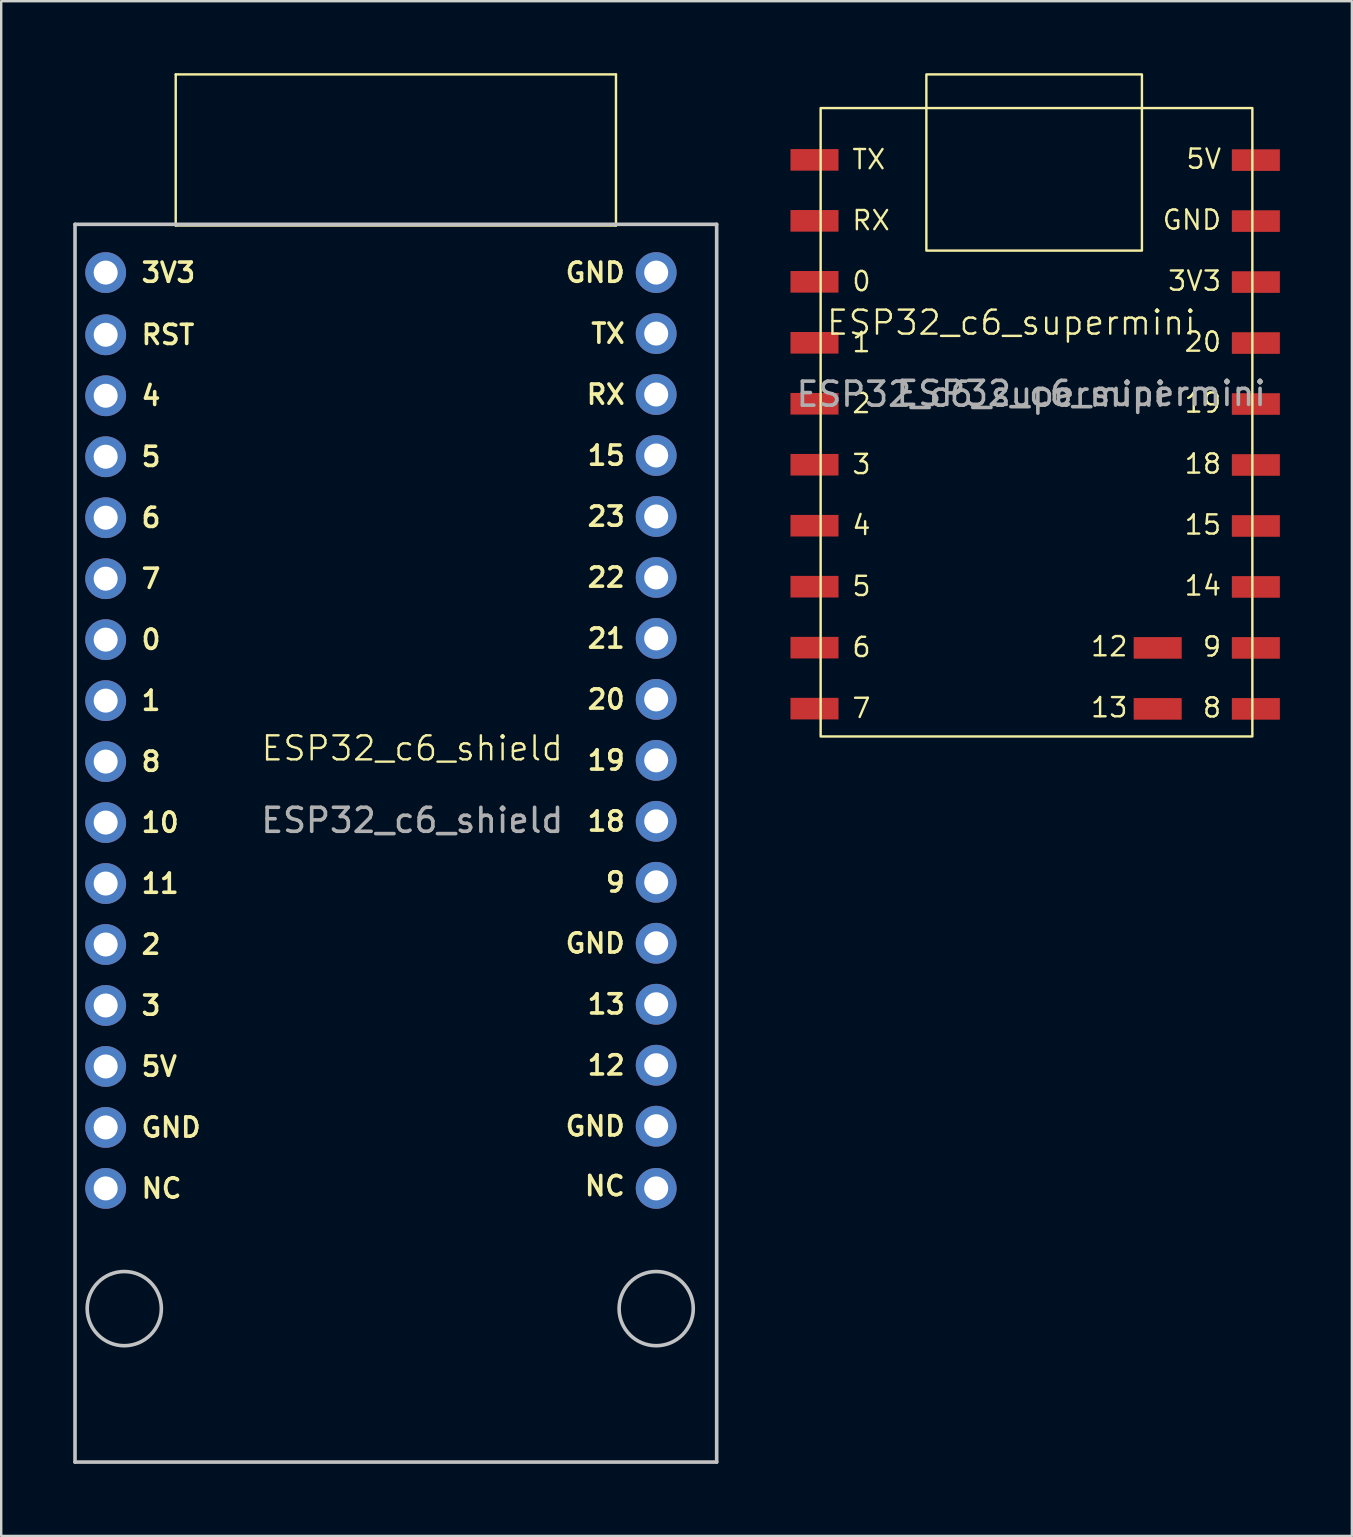
<source format=kicad_pcb>
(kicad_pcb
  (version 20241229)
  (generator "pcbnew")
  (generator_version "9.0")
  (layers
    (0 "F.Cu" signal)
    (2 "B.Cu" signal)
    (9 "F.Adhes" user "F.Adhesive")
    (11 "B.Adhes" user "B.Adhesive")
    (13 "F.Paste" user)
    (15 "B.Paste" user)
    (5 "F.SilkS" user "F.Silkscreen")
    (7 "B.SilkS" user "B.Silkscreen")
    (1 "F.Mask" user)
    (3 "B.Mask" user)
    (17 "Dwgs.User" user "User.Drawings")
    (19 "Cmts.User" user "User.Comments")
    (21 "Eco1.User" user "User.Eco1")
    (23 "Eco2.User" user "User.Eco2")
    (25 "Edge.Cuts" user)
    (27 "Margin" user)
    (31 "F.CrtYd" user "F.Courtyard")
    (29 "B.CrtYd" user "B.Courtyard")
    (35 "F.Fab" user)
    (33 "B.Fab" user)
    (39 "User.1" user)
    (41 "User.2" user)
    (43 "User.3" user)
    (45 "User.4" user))
  (footprint "ESP32_c6_shield"
    (layer "F.Cu")
    (at 14.125 28.625)
    (property "Reference" "ESP32_c6_shield" (at 0 -0.5 0) (unlocked yes) (layer "F.SilkS") (effects (font (size 1 1) (thickness 0.1))))
    (attr through_hole)
    (fp_line (start -9.855 -28.575) (end 8.485 -28.575) (stroke (width 0.1) (type default)) (layer "F.SilkS"))
    (fp_line (start -9.855 -22.28) (end -9.855 -28.575) (stroke (width 0.1) (type default)) (layer "F.SilkS"))
    (fp_line (start 8.485 -28.575) (end 8.485 -22.28) (stroke (width 0.1) (type default)) (layer "F.SilkS"))
    (fp_line (start 8.485 -22.28) (end -9.855 -22.28) (stroke (width 0.1) (type default)) (layer "F.SilkS"))
    (fp_line (start -14.05 -22.33) (end -14.05 29.232) (stroke (width 0.15) (type solid)) (layer "Dwgs.User"))
    (fp_line (start -14.05 -22.33) (end 12.68 -22.33) (stroke (width 0.15) (type solid)) (layer "Dwgs.User"))
    (fp_line (start -14.05 29.232) (end 12.68 29.232) (stroke (width 0.15) (type solid)) (layer "Dwgs.User"))
    (fp_line (start 12.68 -22.33) (end 12.68 29.232) (stroke (width 0.15) (type solid)) (layer "Dwgs.User"))
    (fp_circle (center -11.998 22.839) (end -10.453 22.839) (stroke (width 0.15) (type solid)) (fill no) (layer "Dwgs.User"))
    (fp_circle (center 10.16 22.839) (end 11.705 22.839) (stroke (width 0.15) (type solid)) (fill no) (layer "Dwgs.User"))
    (fp_text user "RST" (at -10.179 -17.729 0) (layer "F.SilkS") (effects (font (size 0.8 0.8) (thickness 0.15))))
    (fp_text user "4" (at -10.884 -15.189 0) (layer "F.SilkS") (effects (font (size 0.8 0.8) (thickness 0.15))))
    (fp_text user "19" (at 8.077 0 0) (layer "F.SilkS") (effects (font (size 0.8 0.8) (thickness 0.15))))
    (fp_text user "5V" (at -10.541 12.751 0) (layer "F.SilkS") (effects (font (size 0.8 0.8) (thickness 0.15))))
    (fp_text user "RX" (at 8.058 -15.24 0) (layer "F.SilkS") (effects (font (size 0.8 0.8) (thickness 0.15))))
    (fp_text user "5" (at -10.884 -12.649 0) (layer "F.SilkS") (effects (font (size 0.8 0.8) (thickness 0.15))))
    (fp_text user "GND" (at -10.046 15.291 0) (layer "F.SilkS") (effects (font (size 0.8 0.8) (thickness 0.15))))
    (fp_text user "22" (at 8.077 -7.62 0) (layer "F.SilkS") (effects (font (size 0.8 0.8) (thickness 0.15))))
    (fp_text user "TX" (at 8.153 -17.78 0) (layer "F.SilkS") (effects (font (size 0.8 0.8) (thickness 0.15))))
    (fp_text user "15" (at 8.077 -12.7 0) (layer "F.SilkS") (effects (font (size 0.8 0.8) (thickness 0.15))))
    (fp_text user "23" (at 8.077 -10.16 0) (layer "F.SilkS") (effects (font (size 0.8 0.8) (thickness 0.15))))
    (fp_text user "2" (at -10.884 7.671 0) (layer "F.SilkS") (effects (font (size 0.8 0.8) (thickness 0.15))))
    (fp_text user "GND" (at 7.62 7.62 0) (layer "F.SilkS") (effects (font (size 0.8 0.8) (thickness 0.15))))
    (fp_text user "10" (at -10.503 2.591 0) (layer "F.SilkS") (effects (font (size 0.8 0.8) (thickness 0.15))))
    (fp_text user "21" (at 8.077 -5.08 0) (layer "F.SilkS") (effects (font (size 0.8 0.8) (thickness 0.15))))
    (fp_text user "NC" (at -10.446 17.831 0) (layer "F.SilkS") (effects (font (size 0.8 0.8) (thickness 0.15))))
    (fp_text user "GND" (at 7.62 -20.32 0) (layer "F.SilkS") (effects (font (size 0.8 0.8) (thickness 0.15))))
    (fp_text user "12" (at 8.077 12.7 0) (layer "F.SilkS") (effects (font (size 0.8 0.8) (thickness 0.15))))
    (fp_text user "3" (at -10.884 10.211 0) (layer "F.SilkS") (effects (font (size 0.8 0.8) (thickness 0.15))))
    (fp_text user "8" (at -10.884 0.051 0) (layer "F.SilkS") (effects (font (size 0.8 0.8) (thickness 0.15))))
    (fp_text user "11" (at -10.503 5.131 0) (layer "F.SilkS") (effects (font (size 0.8 0.8) (thickness 0.15))))
    (fp_text user "3V3" (at -10.16 -20.32 0) (layer "F.SilkS") (effects (font (size 0.8 0.8) (thickness 0.15))))
    (fp_text user "9" (at 8.458 5.08 0) (layer "F.SilkS") (effects (font (size 0.8 0.8) (thickness 0.15))))
    (fp_text user "20" (at 8.077 -2.54 0) (layer "F.SilkS") (effects (font (size 0.8 0.8) (thickness 0.15))))
    (fp_text user "GND" (at 7.62 15.24 0) (layer "F.SilkS") (effects (font (size 0.8 0.8) (thickness 0.15))))
    (fp_text user "6" (at -10.884 -10.109 0) (layer "F.SilkS") (effects (font (size 0.8 0.8) (thickness 0.15))))
    (fp_text user "7" (at -10.884 -7.569 0) (layer "F.SilkS") (effects (font (size 0.8 0.8) (thickness 0.15))))
    (fp_text user "NC" (at 8.02 17.729 0) (layer "F.SilkS") (effects (font (size 0.8 0.8) (thickness 0.15))))
    (fp_text user "1" (at -10.884 -2.489 0) (layer "F.SilkS") (effects (font (size 0.8 0.8) (thickness 0.15))))
    (fp_text user "18" (at 8.077 2.54 0) (layer "F.SilkS") (effects (font (size 0.8 0.8) (thickness 0.15))))
    (fp_text user "13" (at 8.077 10.16 0) (layer "F.SilkS") (effects (font (size 0.8 0.8) (thickness 0.15))))
    (fp_text user "0" (at -10.884 -5.029 0) (layer "F.SilkS") (effects (font (size 0.8 0.8) (thickness 0.15))))
    (fp_text user "${REFERENCE}" (at 0 2.5 0) (unlocked yes) (layer "F.Fab") (effects (font (size 1 1) (thickness 0.15))))
    (pad "1" thru_hole circle (at -12.773 -20.32) (size 1.7 1.7) (drill 1) (layers "*.Cu" "*.Mask"))
    (pad "2" thru_hole circle (at -12.773 -17.729) (size 1.7 1.7) (drill 1) (layers "*.Cu" "*.Mask"))
    (pad "3" thru_hole circle (at -12.773 -15.189) (size 1.7 1.7) (drill 1) (layers "*.Cu" "*.Mask"))
    (pad "4" thru_hole circle (at -12.773 -12.649) (size 1.7 1.7) (drill 1) (layers "*.Cu" "*.Mask"))
    (pad "5" thru_hole circle (at -12.773 -10.109) (size 1.7 1.7) (drill 1) (layers "*.Cu" "*.Mask"))
    (pad "6" thru_hole circle (at -12.773 -7.569) (size 1.7 1.7) (drill 1) (layers "*.Cu" "*.Mask"))
    (pad "7" thru_hole circle (at -12.773 -5.029) (size 1.7 1.7) (drill 1) (layers "*.Cu" "*.Mask"))
    (pad "8" thru_hole circle (at -12.773 -2.489) (size 1.7 1.7) (drill 1) (layers "*.Cu" "*.Mask"))
    (pad "9" thru_hole circle (at -12.773 0.051) (size 1.7 1.7) (drill 1) (layers "*.Cu" "*.Mask"))
    (pad "10" thru_hole circle (at -12.773 2.591) (size 1.7 1.7) (drill 1) (layers "*.Cu" "*.Mask"))
    (pad "11" thru_hole circle (at -12.773 5.131) (size 1.7 1.7) (drill 1) (layers "*.Cu" "*.Mask"))
    (pad "12" thru_hole circle (at -12.773 7.671) (size 1.7 1.7) (drill 1) (layers "*.Cu" "*.Mask"))
    (pad "13" thru_hole circle (at -12.773 10.211) (size 1.7 1.7) (drill 1) (layers "*.Cu" "*.Mask"))
    (pad "14" thru_hole circle (at -12.773 12.751) (size 1.7 1.7) (drill 1) (layers "*.Cu" "*.Mask"))
    (pad "15" thru_hole circle (at -12.773 15.291) (size 1.7 1.7) (drill 1) (layers "*.Cu" "*.Mask"))
    (pad "16" thru_hole circle (at -12.773 17.831) (size 1.7 1.7) (drill 1) (layers "*.Cu" "*.Mask"))
    (pad "17" thru_hole circle (at 10.16 -20.32) (size 1.7 1.7) (drill 1) (layers "*.Cu" "*.Mask"))
    (pad "18" thru_hole circle (at 10.16 -17.78) (size 1.7 1.7) (drill 1) (layers "*.Cu" "*.Mask"))
    (pad "19" thru_hole circle (at 10.16 -15.24) (size 1.7 1.7) (drill 1) (layers "*.Cu" "*.Mask"))
    (pad "20" thru_hole circle (at 10.16 -12.7) (size 1.7 1.7) (drill 1) (layers "*.Cu" "*.Mask"))
    (pad "21" thru_hole circle (at 10.16 -10.16) (size 1.7 1.7) (drill 1) (layers "*.Cu" "*.Mask"))
    (pad "22" thru_hole oval (at 10.16 -7.62) (size 1.7 1.7) (drill 1) (layers "*.Cu" "*.Mask"))
    (pad "23" thru_hole circle (at 10.16 -5.08) (size 1.7 1.7) (drill 1) (layers "*.Cu" "*.Mask"))
    (pad "24" thru_hole circle (at 10.16 -2.54) (size 1.7 1.7) (drill 1) (layers "*.Cu" "*.Mask"))
    (pad "25" thru_hole circle (at 10.16 0) (size 1.7 1.7) (drill 1) (layers "*.Cu" "*.Mask"))
    (pad "26" thru_hole circle (at 10.16 2.54) (size 1.7 1.7) (drill 1) (layers "*.Cu" "*.Mask"))
    (pad "27" thru_hole circle (at 10.16 5.08) (size 1.7 1.7) (drill 1) (layers "*.Cu" "*.Mask"))
    (pad "28" thru_hole circle (at 10.16 7.62) (size 1.7 1.7) (drill 1) (layers "*.Cu" "*.Mask"))
    (pad "29" thru_hole circle (at 10.16 10.16) (size 1.7 1.7) (drill 1) (layers "*.Cu" "*.Mask"))
    (pad "30" thru_hole circle (at 10.16 12.7) (size 1.7 1.7) (drill 1) (layers "*.Cu" "*.Mask"))
    (pad "31" thru_hole circle (at 10.16 15.24) (size 1.7 1.7) (drill 1) (layers "*.Cu" "*.Mask"))
    (pad "32" thru_hole circle (at 10.16 17.831) (size 1.7 1.7) (drill 1) (layers "*.Cu" "*.Mask")))
  (footprint "ESP32_c6_supermini"
    (layer "F.Cu")
    (at 41.77 10.85)
    (property "Reference" "ESP32_c6_supermini" (at -2.69 -0.46 0) (unlocked yes) (layer "F.SilkS") (effects (font (size 1 1) (thickness 0.1))))
    (attr through_hole)
    (fp_rect (start -10.634 -9.398) (end 7.35 16.78) (stroke (width 0.1) (type default)) (fill no) (layer "F.SilkS"))
    (fp_rect (start -6.23 -10.8) (end 2.75 -3.46) (stroke (width 0.1) (type default)) (fill no) (layer "F.SilkS"))
    (fp_text user "13" (at 0.56 16.04 0) (unlocked yes) (layer "F.SilkS") (effects (font (size 0.8 0.8) (thickness 0.1)) (justify left bottom)))
    (fp_text user "RX" (at -9.38 -4.25 0) (unlocked yes) (layer "F.SilkS") (effects (font (size 0.8 0.8) (thickness 0.1)) (justify left bottom)))
    (fp_text user "7" (at -9.38 16.07 0) (unlocked yes) (layer "F.SilkS") (effects (font (size 0.8 0.8) (thickness 0.1)) (justify left bottom)))
    (fp_text user "2" (at -9.38 3.37 0) (unlocked yes) (layer "F.SilkS") (effects (font (size 0.8 0.8) (thickness 0.1)) (justify left bottom)))
    (fp_text user "20" (at 4.46 0.81 0) (unlocked yes) (layer "F.SilkS") (effects (font (size 0.8 0.8) (thickness 0.1)) (justify left bottom)))
    (fp_text user "1" (at -9.38 0.83 0) (unlocked yes) (layer "F.SilkS") (effects (font (size 0.8 0.8) (thickness 0.1)) (justify left bottom)))
    (fp_text user "9" (at 5.222 13.51 0) (unlocked yes) (layer "F.SilkS") (effects (font (size 0.8 0.8) (thickness 0.1)) (justify left bottom)))
    (fp_text user "12" (at 0.56 13.5 0) (unlocked yes) (layer "F.SilkS") (effects (font (size 0.8 0.8) (thickness 0.1)) (justify left bottom)))
    (fp_text user "6" (at -9.38 13.53 0) (unlocked yes) (layer "F.SilkS") (effects (font (size 0.8 0.8) (thickness 0.1)) (justify left bottom)))
    (fp_text user "0" (at -9.38 -1.71 0) (unlocked yes) (layer "F.SilkS") (effects (font (size 0.8 0.8) (thickness 0.1)) (justify left bottom)))
    (fp_text user "14" (at 4.46 10.97 0) (unlocked yes) (layer "F.SilkS") (effects (font (size 0.8 0.8) (thickness 0.1)) (justify left bottom)))
    (fp_text user "3V3" (at 3.774 -1.73 0) (unlocked yes) (layer "F.SilkS") (effects (font (size 0.8 0.8) (thickness 0.1)) (justify left bottom)))
    (fp_text user "19" (at 4.46 3.35 0) (unlocked yes) (layer "F.SilkS") (effects (font (size 0.8 0.8) (thickness 0.1)) (justify left bottom)))
    (fp_text user "18" (at 4.46 5.89 0) (unlocked yes) (layer "F.SilkS") (effects (font (size 0.8 0.8) (thickness 0.1)) (justify left bottom)))
    (fp_text user "8" (at 5.222 16.05 0) (unlocked yes) (layer "F.SilkS") (effects (font (size 0.8 0.8) (thickness 0.1)) (justify left bottom)))
    (fp_text user "TX" (at -9.38 -6.79 0) (unlocked yes) (layer "F.SilkS") (effects (font (size 0.8 0.8) (thickness 0.1)) (justify left bottom)))
    (fp_text user "GND" (at 3.546 -4.27 0) (unlocked yes) (layer "F.SilkS") (effects (font (size 0.8 0.8) (thickness 0.1)) (justify left bottom)))
    (fp_text user "3" (at -9.38 5.91 0) (unlocked yes) (layer "F.SilkS") (effects (font (size 0.8 0.8) (thickness 0.1)) (justify left bottom)))
    (fp_text user "5" (at -9.38 10.99 0) (unlocked yes) (layer "F.SilkS") (effects (font (size 0.8 0.8) (thickness 0.1)) (justify left bottom)))
    (fp_text user "5V" (at 4.536 -6.81 0) (unlocked yes) (layer "F.SilkS") (effects (font (size 0.8 0.8) (thickness 0.1)) (justify left bottom)))
    (fp_text user "15" (at 4.46 8.43 0) (unlocked yes) (layer "F.SilkS") (effects (font (size 0.8 0.8) (thickness 0.1)) (justify left bottom)))
    (fp_text user "4" (at -9.38 8.45 0) (unlocked yes) (layer "F.SilkS") (effects (font (size 0.8 0.8) (thickness 0.1)) (justify left bottom)))
    (fp_text user "${REFERENCE}" (at -3.942 2.523 0) (unlocked yes) (layer "F.Fab") (effects (font (size 1 1) (thickness 0.15))))
    (fp_text user "${REFERENCE}" (at 0.218 2.49 0) (unlocked yes) (layer "F.Fab") (effects (font (size 1 1) (thickness 0.15))))
    (pad "1" smd rect (at -10.89 -7.24) (size 2 0.9) (layers "F.Cu" "F.Mask" "F.Paste"))
    (pad "2" smd rect (at -10.89 -4.7) (size 2 0.9) (layers "F.Cu" "F.Mask" "F.Paste"))
    (pad "3" smd rect (at -10.89 -2.16) (size 2 0.9) (layers "F.Cu" "F.Mask" "F.Paste"))
    (pad "4" smd rect (at -10.89 0.38) (size 2 0.9) (layers "F.Cu" "F.Mask" "F.Paste"))
    (pad "5" smd rect (at -10.89 2.92) (size 2 0.9) (layers "F.Cu" "F.Mask" "F.Paste"))
    (pad "6" smd rect (at -10.89 5.46) (size 2 0.9) (layers "F.Cu" "F.Mask" "F.Paste"))
    (pad "7" smd rect (at -10.89 8) (size 2 0.9) (layers "F.Cu" "F.Mask" "F.Paste"))
    (pad "8" smd rect (at -10.89 10.54) (size 2 0.9) (layers "F.Cu" "F.Mask" "F.Paste"))
    (pad "9" smd rect (at -10.89 13.08) (size 2 0.9) (layers "F.Cu" "F.Mask" "F.Paste"))
    (pad "10" smd rect (at -10.89 15.62) (size 2 0.9) (layers "F.Cu" "F.Mask" "F.Paste"))
    (pad "11" smd rect (at 7.496 -7.23) (size 2 0.9) (layers "F.Cu" "F.Mask" "F.Paste"))
    (pad "12" smd rect (at 7.496 -4.69) (size 2 0.9) (layers "F.Cu" "F.Mask" "F.Paste"))
    (pad "13" smd rect (at 7.496 -2.15) (size 2 0.9) (layers "F.Cu" "F.Mask" "F.Paste"))
    (pad "14" smd rect (at 7.496 0.39) (size 2 0.9) (layers "F.Cu" "F.Mask" "F.Paste"))
    (pad "15" smd rect (at 7.496 2.93) (size 2 0.9) (layers "F.Cu" "F.Mask" "F.Paste"))
    (pad "16" smd rect (at 7.496 5.47) (size 2 0.9) (layers "F.Cu" "F.Mask" "F.Paste"))
    (pad "17" smd rect (at 7.496 8.01) (size 2 0.9) (layers "F.Cu" "F.Mask" "F.Paste"))
    (pad "18" smd rect (at 7.496 10.55) (size 2 0.9) (layers "F.Cu" "F.Mask" "F.Paste"))
    (pad "19" smd rect (at 7.496 13.09) (size 2 0.9) (layers "F.Cu" "F.Mask" "F.Paste"))
    (pad "20" smd rect (at 7.496 15.63) (size 2 0.9) (layers "F.Cu" "F.Mask" "F.Paste"))
    (pad "21" smd rect (at 3.406 13.09) (size 2 0.9) (layers "F.Cu" "F.Mask" "F.Paste"))
    (pad "22" smd rect (at 3.406 15.63) (size 2 0.9) (layers "F.Cu" "F.Mask" "F.Paste")))
  (gr_rect
    (start -3 -3)
    (end 53.266 60.932)
    (stroke (width 0.1) (type default))
    (fill no)
    (layer "Edge.Cuts")))
</source>
